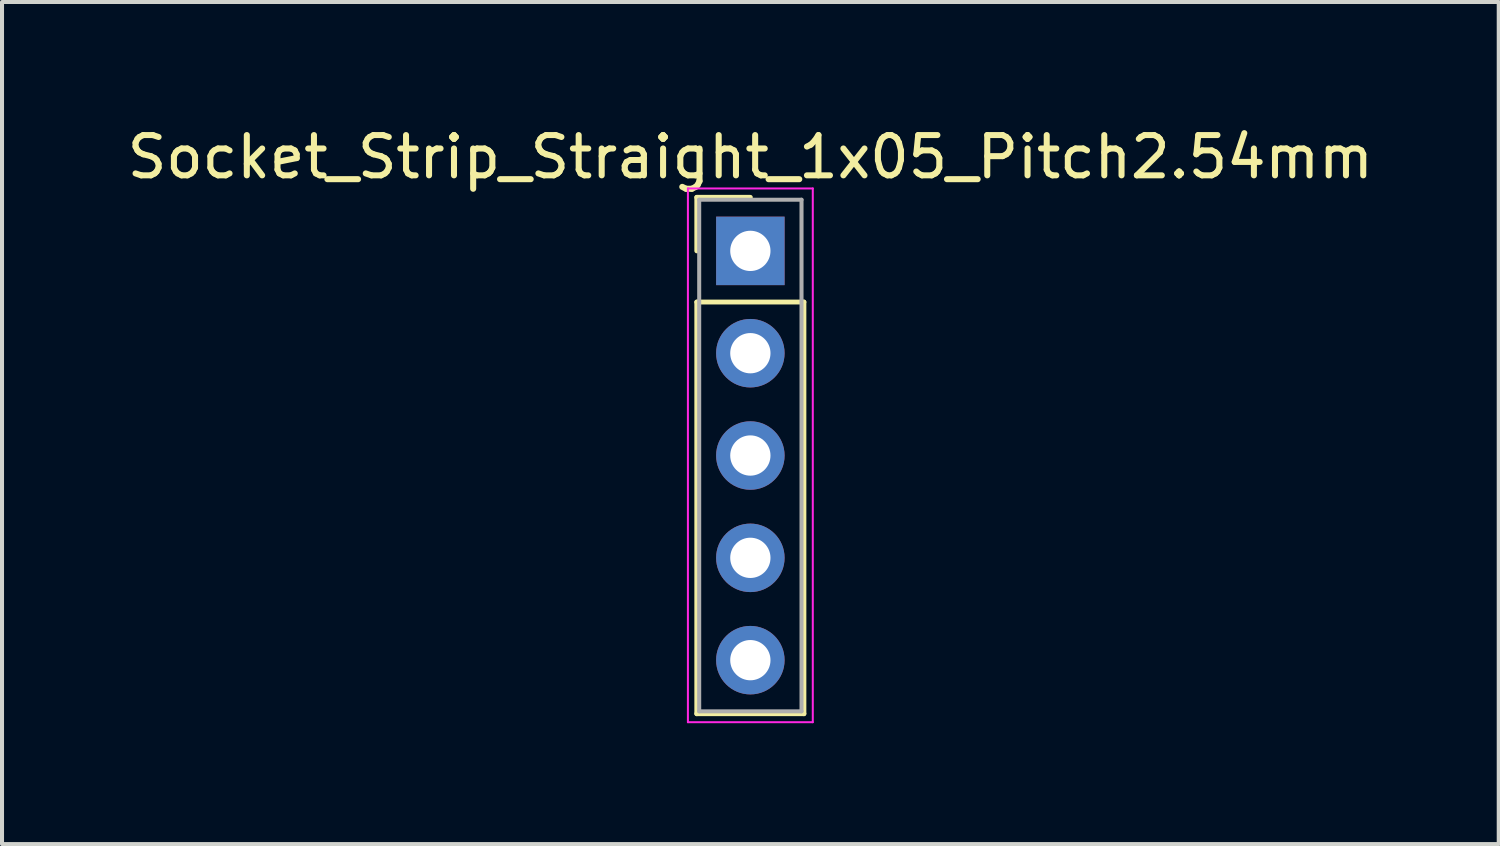
<source format=kicad_pcb>
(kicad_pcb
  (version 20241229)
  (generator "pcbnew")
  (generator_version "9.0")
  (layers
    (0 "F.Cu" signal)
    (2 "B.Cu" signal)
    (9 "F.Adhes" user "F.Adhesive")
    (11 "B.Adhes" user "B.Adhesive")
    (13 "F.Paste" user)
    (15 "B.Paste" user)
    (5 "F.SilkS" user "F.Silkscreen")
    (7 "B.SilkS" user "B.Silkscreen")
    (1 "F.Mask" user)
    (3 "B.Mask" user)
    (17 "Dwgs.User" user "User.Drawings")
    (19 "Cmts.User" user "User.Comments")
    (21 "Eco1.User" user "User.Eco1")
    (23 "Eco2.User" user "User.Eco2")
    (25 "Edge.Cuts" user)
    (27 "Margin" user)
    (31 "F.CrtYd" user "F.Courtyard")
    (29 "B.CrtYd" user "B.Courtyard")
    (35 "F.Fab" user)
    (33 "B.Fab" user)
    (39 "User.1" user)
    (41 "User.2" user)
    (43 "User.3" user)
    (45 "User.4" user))
  (footprint "Socket_Strip_Straight_1x05_Pitch2.54mm"
    (layer "F.Cu")
    (at 15.577 3.178)
    (property "Reference" "Socket_Strip_Straight_1x05_Pitch2.54mm" (at 0 -2.33 0) (layer "F.SilkS") (effects (font (size 1 1) (thickness 0.15))))
    (attr through_hole)
    (fp_line (start -1.33 -1.33) (end 0 -1.33) (stroke (width 0.12) (type solid)) (layer "F.SilkS"))
    (fp_line (start -1.33 0) (end -1.33 -1.33) (stroke (width 0.12) (type solid)) (layer "F.SilkS"))
    (fp_line (start -1.33 1.27) (end -1.33 11.49) (stroke (width 0.12) (type solid)) (layer "F.SilkS"))
    (fp_line (start -1.33 11.49) (end 1.33 11.49) (stroke (width 0.12) (type solid)) (layer "F.SilkS"))
    (fp_line (start 1.33 1.27) (end -1.33 1.27) (stroke (width 0.12) (type solid)) (layer "F.SilkS"))
    (fp_line (start 1.33 11.49) (end 1.33 1.27) (stroke (width 0.12) (type solid)) (layer "F.SilkS"))
    (fp_line (start -1.55 -1.55) (end -1.55 11.7) (stroke (width 0.05) (type solid)) (layer "F.CrtYd"))
    (fp_line (start -1.55 11.7) (end 1.55 11.7) (stroke (width 0.05) (type solid)) (layer "F.CrtYd"))
    (fp_line (start 1.55 -1.55) (end -1.55 -1.55) (stroke (width 0.05) (type solid)) (layer "F.CrtYd"))
    (fp_line (start 1.55 11.7) (end 1.55 -1.55) (stroke (width 0.05) (type solid)) (layer "F.CrtYd"))
    (fp_line (start -1.27 -1.27) (end -1.27 11.43) (stroke (width 0.1) (type solid)) (layer "F.Fab"))
    (fp_line (start -1.27 11.43) (end 1.27 11.43) (stroke (width 0.1) (type solid)) (layer "F.Fab"))
    (fp_line (start 1.27 -1.27) (end -1.27 -1.27) (stroke (width 0.1) (type solid)) (layer "F.Fab"))
    (fp_line (start 1.27 11.43) (end 1.27 -1.27) (stroke (width 0.1) (type solid)) (layer "F.Fab"))
    (pad "1" thru_hole rect (at 0 0) (size 1.7 1.7) (drill 1) (layers "*.Cu" "*.Mask"))
    (pad "2" thru_hole oval (at 0 2.54) (size 1.7 1.7) (drill 1) (layers "*.Cu" "*.Mask"))
    (pad "3" thru_hole oval (at 0 5.08) (size 1.7 1.7) (drill 1) (layers "*.Cu" "*.Mask"))
    (pad "4" thru_hole oval (at 0 7.62) (size 1.7 1.7) (drill 1) (layers "*.Cu" "*.Mask"))
    (pad "5" thru_hole oval (at 0 10.16) (size 1.7 1.7) (drill 1) (layers "*.Cu" "*.Mask")))
  (gr_rect
    (start -3 -3)
    (end 34.155 17.903)
    (stroke (width 0.1) (type default))
    (fill no)
    (layer "Edge.Cuts")))
</source>
